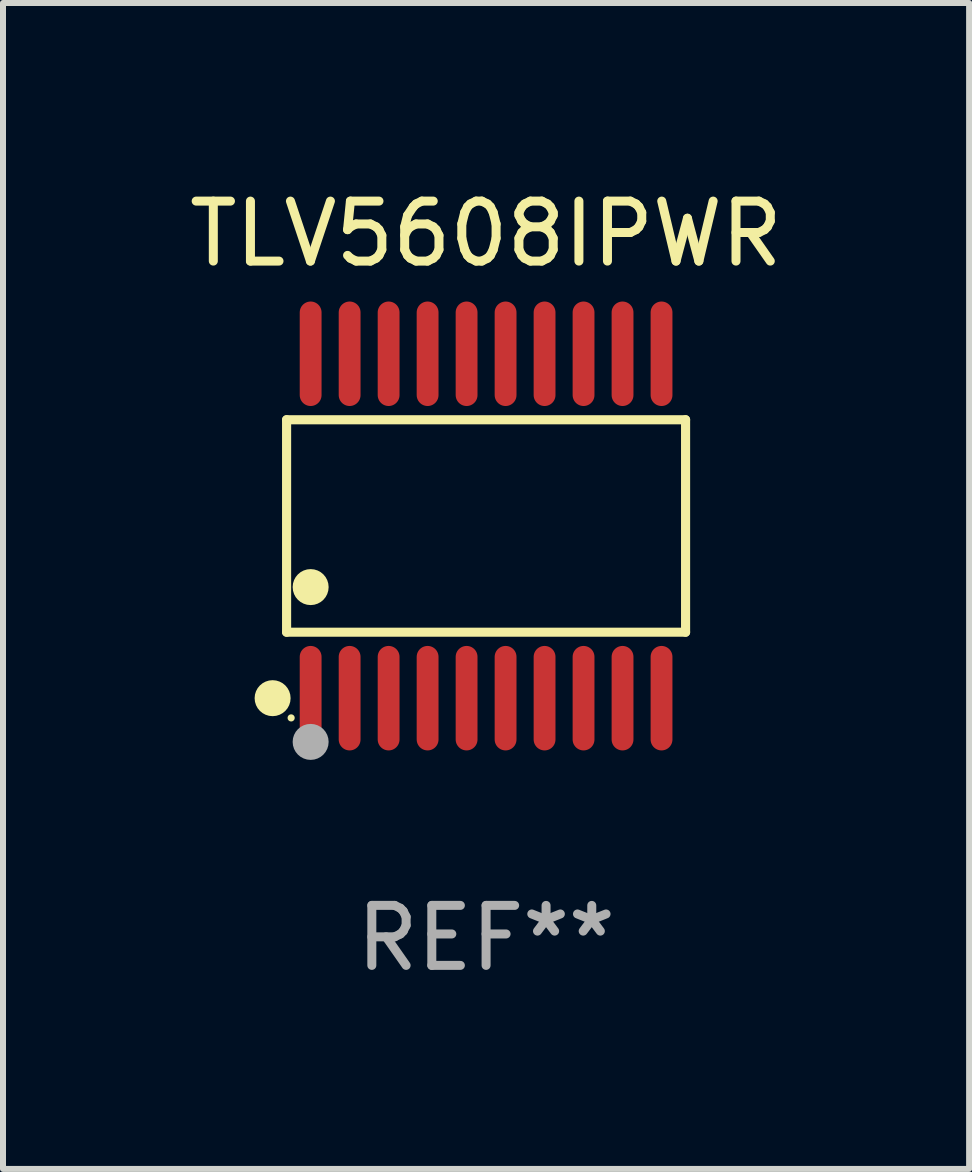
<source format=kicad_pcb>
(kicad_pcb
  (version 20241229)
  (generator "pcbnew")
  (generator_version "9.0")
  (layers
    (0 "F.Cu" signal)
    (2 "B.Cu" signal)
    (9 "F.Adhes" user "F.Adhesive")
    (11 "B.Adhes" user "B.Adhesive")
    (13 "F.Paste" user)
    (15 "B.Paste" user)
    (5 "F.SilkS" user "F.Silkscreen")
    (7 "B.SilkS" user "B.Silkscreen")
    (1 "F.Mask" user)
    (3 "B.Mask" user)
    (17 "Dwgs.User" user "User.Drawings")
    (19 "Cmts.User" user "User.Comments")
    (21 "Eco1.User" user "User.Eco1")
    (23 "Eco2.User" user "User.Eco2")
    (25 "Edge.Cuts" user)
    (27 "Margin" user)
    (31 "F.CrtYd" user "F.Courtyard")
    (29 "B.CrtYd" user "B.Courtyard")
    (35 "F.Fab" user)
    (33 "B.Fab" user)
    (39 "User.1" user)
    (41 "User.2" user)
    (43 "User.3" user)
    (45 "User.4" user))
  (footprint "TLV5608IPWR"
    (layer "F.Cu")
    (at 5.054 5.719)
    (property "Reference" "TLV5608IPWR" (at 0 -4.871 0) (layer "F.SilkS") (effects (font (size 1 1) (thickness 0.15))))
    (attr through_hole)
    (fp_line (start -3.326 -1.771) (end 3.326 -1.771) (stroke (width 0.152) (type solid)) (layer "F.SilkS"))
    (fp_line (start -3.326 1.771) (end -3.326 -1.771) (stroke (width 0.152) (type solid)) (layer "F.SilkS"))
    (fp_line (start 3.326 -1.771) (end 3.326 1.771) (stroke (width 0.152) (type solid)) (layer "F.SilkS"))
    (fp_line (start 3.326 1.771) (end -3.326 1.771) (stroke (width 0.152) (type solid)) (layer "F.SilkS"))
    (fp_circle (center -3.559 2.871) (end -3.409 2.871) (stroke (width 0.3) (type solid)) (fill no) (layer "F.SilkS"))
    (fp_circle (center -3.25 3.2) (end -3.22 3.2) (stroke (width 0.06) (type solid)) (fill no) (layer "F.SilkS"))
    (fp_circle (center -2.925 1.019) (end -2.775 1.019) (stroke (width 0.3) (type solid)) (fill no) (layer "F.SilkS"))
    (fp_circle (center -2.925 3.6) (end -2.775 3.6) (stroke (width 0.3) (type solid)) (fill no) (layer "F.Fab"))
    (fp_text user "REF**" (at 0 6.871 0) (layer "F.Fab") (effects (font (size 1 1) (thickness 0.15))))
    (pad "1" smd oval (at -2.925 2.871) (size 0.364 1.742) (layers "F.Cu" "F.Mask" "F.Paste"))
    (pad "2" smd oval (at -2.275 2.871) (size 0.364 1.742) (layers "F.Cu" "F.Mask" "F.Paste"))
    (pad "3" smd oval (at -1.625 2.871) (size 0.364 1.742) (layers "F.Cu" "F.Mask" "F.Paste"))
    (pad "4" smd oval (at -0.975 2.871) (size 0.364 1.742) (layers "F.Cu" "F.Mask" "F.Paste"))
    (pad "5" smd oval (at -0.325 2.871) (size 0.364 1.742) (layers "F.Cu" "F.Mask" "F.Paste"))
    (pad "6" smd oval (at 0.325 2.871) (size 0.364 1.742) (layers "F.Cu" "F.Mask" "F.Paste"))
    (pad "7" smd oval (at 0.975 2.871) (size 0.364 1.742) (layers "F.Cu" "F.Mask" "F.Paste"))
    (pad "8" smd oval (at 1.625 2.871) (size 0.364 1.742) (layers "F.Cu" "F.Mask" "F.Paste"))
    (pad "9" smd oval (at 2.275 2.871) (size 0.364 1.742) (layers "F.Cu" "F.Mask" "F.Paste"))
    (pad "10" smd oval (at 2.925 2.871) (size 0.364 1.742) (layers "F.Cu" "F.Mask" "F.Paste"))
    (pad "11" smd oval (at 2.925 -2.871) (size 0.364 1.742) (layers "F.Cu" "F.Mask" "F.Paste"))
    (pad "12" smd oval (at 2.275 -2.871) (size 0.364 1.742) (layers "F.Cu" "F.Mask" "F.Paste"))
    (pad "13" smd oval (at 1.625 -2.871) (size 0.364 1.742) (layers "F.Cu" "F.Mask" "F.Paste"))
    (pad "14" smd oval (at 0.975 -2.871) (size 0.364 1.742) (layers "F.Cu" "F.Mask" "F.Paste"))
    (pad "15" smd oval (at 0.325 -2.871) (size 0.364 1.742) (layers "F.Cu" "F.Mask" "F.Paste"))
    (pad "16" smd oval (at -0.325 -2.871) (size 0.364 1.742) (layers "F.Cu" "F.Mask" "F.Paste"))
    (pad "17" smd oval (at -0.975 -2.871) (size 0.364 1.742) (layers "F.Cu" "F.Mask" "F.Paste"))
    (pad "18" smd oval (at -1.625 -2.871) (size 0.364 1.742) (layers "F.Cu" "F.Mask" "F.Paste"))
    (pad "19" smd oval (at -2.275 -2.871) (size 0.364 1.742) (layers "F.Cu" "F.Mask" "F.Paste"))
    (pad "20" smd oval (at -2.925 -2.871) (size 0.364 1.742) (layers "F.Cu" "F.Mask" "F.Paste")))
  (gr_rect
    (start -3 -3)
    (end 13.107 16.438)
    (stroke (width 0.1) (type default))
    (fill no)
    (layer "Edge.Cuts")))
</source>
